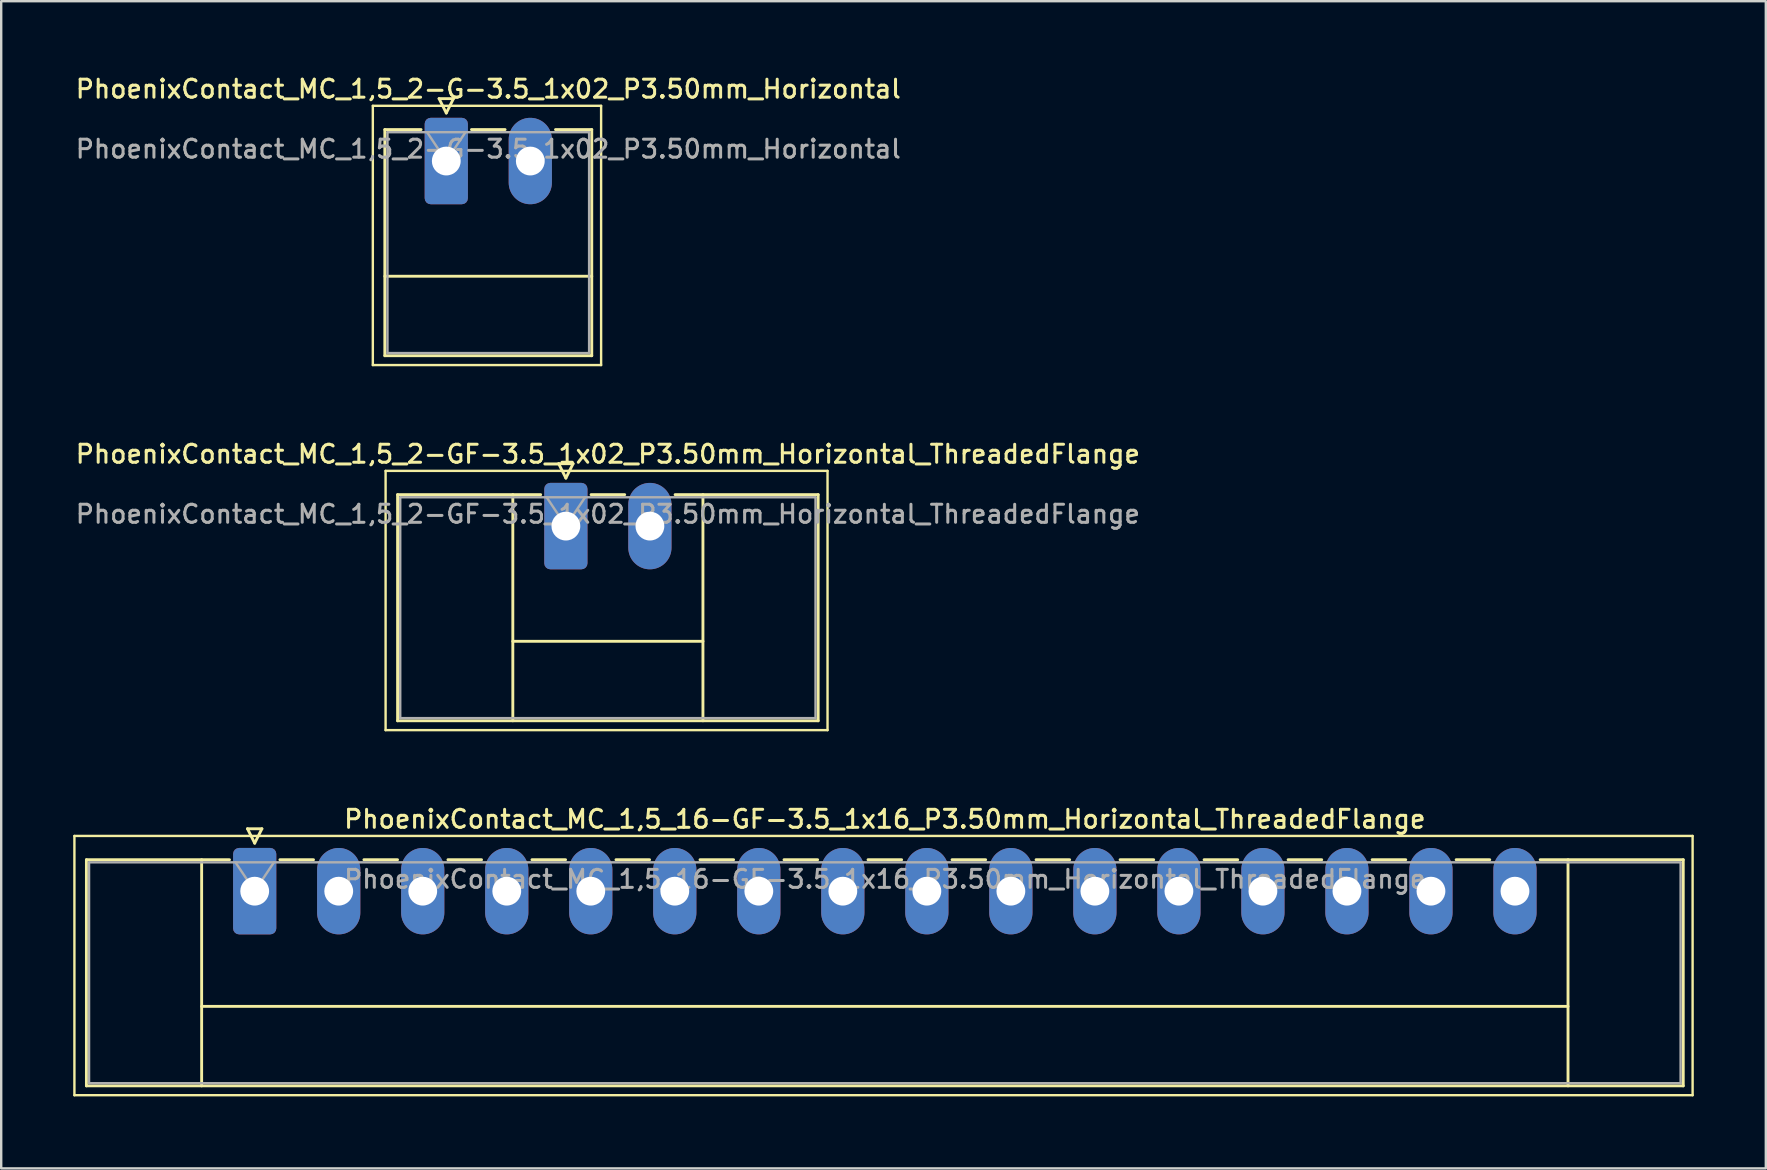
<source format=kicad_pcb>
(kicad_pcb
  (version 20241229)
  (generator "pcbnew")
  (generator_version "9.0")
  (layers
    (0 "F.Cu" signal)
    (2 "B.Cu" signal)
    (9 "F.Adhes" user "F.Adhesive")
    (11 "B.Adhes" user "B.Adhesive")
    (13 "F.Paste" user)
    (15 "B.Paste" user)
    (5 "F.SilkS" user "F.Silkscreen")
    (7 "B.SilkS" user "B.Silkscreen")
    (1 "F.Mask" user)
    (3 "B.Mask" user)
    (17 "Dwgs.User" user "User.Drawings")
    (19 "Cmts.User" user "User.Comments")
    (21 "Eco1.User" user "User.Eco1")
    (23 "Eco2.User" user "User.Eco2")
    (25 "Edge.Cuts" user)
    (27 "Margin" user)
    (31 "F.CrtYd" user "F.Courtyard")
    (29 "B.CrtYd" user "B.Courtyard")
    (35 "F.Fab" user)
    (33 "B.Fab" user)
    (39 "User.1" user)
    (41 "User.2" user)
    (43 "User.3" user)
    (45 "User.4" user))
  (footprint "PhoenixContact_MC_1,5_16-GF-3.5_1x16_P3.50mm_Horizontal_ThreadedFlange"
    (layer "F.Cu")
    (at 7.56 34.074)
    (property "Reference" "PhoenixContact_MC_1,5_16-GF-3.5_1x16_P3.50mm_Horizontal_ThreadedFlange" (at 26.25 -3 0) (layer "F.SilkS") (effects (font (size 0.75 0.75) (thickness 0.125))))
    (attr through_hole)
    (fp_line (start -7.51 -2.3) (end -7.51 8.5) (stroke (width 0.1) (type solid)) (layer "F.SilkS"))
    (fp_line (start -7.51 8.5) (end 59.9 8.5) (stroke (width 0.1) (type solid)) (layer "F.SilkS"))
    (fp_line (start -7.01 -1.31) (end -7.01 8.11) (stroke (width 0.12) (type solid)) (layer "F.SilkS"))
    (fp_line (start -7.01 -1.31) (end -1.05 -1.31) (stroke (width 0.12) (type solid)) (layer "F.SilkS"))
    (fp_line (start -7.01 8.11) (end 59.51 8.11) (stroke (width 0.12) (type solid)) (layer "F.SilkS"))
    (fp_line (start -2.21 -1.31) (end -2.21 8.11) (stroke (width 0.12) (type solid)) (layer "F.SilkS"))
    (fp_line (start -2.21 4.8) (end 54.71 4.8) (stroke (width 0.12) (type solid)) (layer "F.SilkS"))
    (fp_line (start -0.3 -2.6) (end 0.3 -2.6) (stroke (width 0.12) (type solid)) (layer "F.SilkS"))
    (fp_line (start 0 -2) (end -0.3 -2.6) (stroke (width 0.12) (type solid)) (layer "F.SilkS"))
    (fp_line (start 0.3 -2.6) (end 0 -2) (stroke (width 0.12) (type solid)) (layer "F.SilkS"))
    (fp_line (start 1.05 -1.31) (end 2.45 -1.31) (stroke (width 0.12) (type solid)) (layer "F.SilkS"))
    (fp_line (start 4.55 -1.31) (end 5.95 -1.31) (stroke (width 0.12) (type solid)) (layer "F.SilkS"))
    (fp_line (start 8.05 -1.31) (end 9.45 -1.31) (stroke (width 0.12) (type solid)) (layer "F.SilkS"))
    (fp_line (start 11.55 -1.31) (end 12.95 -1.31) (stroke (width 0.12) (type solid)) (layer "F.SilkS"))
    (fp_line (start 15.05 -1.31) (end 16.45 -1.31) (stroke (width 0.12) (type solid)) (layer "F.SilkS"))
    (fp_line (start 18.55 -1.31) (end 19.95 -1.31) (stroke (width 0.12) (type solid)) (layer "F.SilkS"))
    (fp_line (start 22.05 -1.31) (end 23.45 -1.31) (stroke (width 0.12) (type solid)) (layer "F.SilkS"))
    (fp_line (start 25.55 -1.31) (end 26.95 -1.31) (stroke (width 0.12) (type solid)) (layer "F.SilkS"))
    (fp_line (start 29.05 -1.31) (end 30.45 -1.31) (stroke (width 0.12) (type solid)) (layer "F.SilkS"))
    (fp_line (start 32.55 -1.31) (end 33.95 -1.31) (stroke (width 0.12) (type solid)) (layer "F.SilkS"))
    (fp_line (start 36.05 -1.31) (end 37.45 -1.31) (stroke (width 0.12) (type solid)) (layer "F.SilkS"))
    (fp_line (start 39.55 -1.31) (end 40.95 -1.31) (stroke (width 0.12) (type solid)) (layer "F.SilkS"))
    (fp_line (start 43.05 -1.31) (end 44.45 -1.31) (stroke (width 0.12) (type solid)) (layer "F.SilkS"))
    (fp_line (start 46.55 -1.31) (end 47.95 -1.31) (stroke (width 0.12) (type solid)) (layer "F.SilkS"))
    (fp_line (start 50.05 -1.31) (end 51.45 -1.31) (stroke (width 0.12) (type solid)) (layer "F.SilkS"))
    (fp_line (start 54.71 -1.31) (end 54.71 8.11) (stroke (width 0.12) (type solid)) (layer "F.SilkS"))
    (fp_line (start 59.51 -1.31) (end 53.55 -1.31) (stroke (width 0.12) (type solid)) (layer "F.SilkS"))
    (fp_line (start 59.51 8.11) (end 59.51 -1.31) (stroke (width 0.12) (type solid)) (layer "F.SilkS"))
    (fp_line (start 59.9 -2.3) (end -7.51 -2.3) (stroke (width 0.1) (type solid)) (layer "F.SilkS"))
    (fp_line (start 59.9 8.5) (end 59.9 -2.3) (stroke (width 0.1) (type solid)) (layer "F.SilkS"))
    (fp_line (start -6.9 -1.2) (end -6.9 8) (stroke (width 0.1) (type solid)) (layer "F.Fab"))
    (fp_line (start -6.9 8) (end 59.4 8) (stroke (width 0.1) (type solid)) (layer "F.Fab"))
    (fp_line (start 0 0) (end -0.8 -1.2) (stroke (width 0.1) (type solid)) (layer "F.Fab"))
    (fp_line (start 0.8 -1.2) (end 0 0) (stroke (width 0.1) (type solid)) (layer "F.Fab"))
    (fp_line (start 59.4 -1.2) (end -6.9 -1.2) (stroke (width 0.1) (type solid)) (layer "F.Fab"))
    (fp_line (start 59.4 8) (end 59.4 -1.2) (stroke (width 0.1) (type solid)) (layer "F.Fab"))
    (fp_text user "${REFERENCE}" (at 26.25 -0.5 0) (layer "F.Fab") (effects (font (size 0.75 0.75) (thickness 0.125))))
    (pad "1" thru_hole roundrect (at 0 0) (size 1.8 3.6) (drill 1.2) (layers "*.Cu" "*.Mask") (roundrect_rratio 0.139))
    (pad "2" thru_hole oval (at 3.5 0) (size 1.8 3.6) (drill 1.2) (layers "*.Cu" "*.Mask"))
    (pad "3" thru_hole oval (at 7 0) (size 1.8 3.6) (drill 1.2) (layers "*.Cu" "*.Mask"))
    (pad "4" thru_hole oval (at 10.5 0) (size 1.8 3.6) (drill 1.2) (layers "*.Cu" "*.Mask"))
    (pad "5" thru_hole oval (at 14 0) (size 1.8 3.6) (drill 1.2) (layers "*.Cu" "*.Mask"))
    (pad "6" thru_hole oval (at 17.5 0) (size 1.8 3.6) (drill 1.2) (layers "*.Cu" "*.Mask"))
    (pad "7" thru_hole oval (at 21 0) (size 1.8 3.6) (drill 1.2) (layers "*.Cu" "*.Mask"))
    (pad "8" thru_hole oval (at 24.5 0) (size 1.8 3.6) (drill 1.2) (layers "*.Cu" "*.Mask"))
    (pad "9" thru_hole oval (at 28 0) (size 1.8 3.6) (drill 1.2) (layers "*.Cu" "*.Mask"))
    (pad "10" thru_hole oval (at 31.5 0) (size 1.8 3.6) (drill 1.2) (layers "*.Cu" "*.Mask"))
    (pad "11" thru_hole oval (at 35 0) (size 1.8 3.6) (drill 1.2) (layers "*.Cu" "*.Mask"))
    (pad "12" thru_hole oval (at 38.5 0) (size 1.8 3.6) (drill 1.2) (layers "*.Cu" "*.Mask"))
    (pad "13" thru_hole oval (at 42 0) (size 1.8 3.6) (drill 1.2) (layers "*.Cu" "*.Mask"))
    (pad "14" thru_hole oval (at 45.5 0) (size 1.8 3.6) (drill 1.2) (layers "*.Cu" "*.Mask"))
    (pad "15" thru_hole oval (at 49 0) (size 1.8 3.6) (drill 1.2) (layers "*.Cu" "*.Mask"))
    (pad "16" thru_hole oval (at 52.5 0) (size 1.8 3.6) (drill 1.2) (layers "*.Cu" "*.Mask")))
  (footprint "PhoenixContact_MC_1,5_2-GF-3.5_1x02_P3.50mm_Horizontal_ThreadedFlange"
    (layer "F.Cu")
    (at 20.523 18.866)
    (property "Reference" "PhoenixContact_MC_1,5_2-GF-3.5_1x02_P3.50mm_Horizontal_ThreadedFlange" (at 1.75 -3 0) (layer "F.SilkS") (effects (font (size 0.75 0.75) (thickness 0.125))))
    (attr through_hole)
    (fp_line (start -7.51 -2.3) (end -7.51 8.5) (stroke (width 0.1) (type solid)) (layer "F.SilkS"))
    (fp_line (start -7.51 8.5) (end 10.9 8.5) (stroke (width 0.1) (type solid)) (layer "F.SilkS"))
    (fp_line (start -7.01 -1.31) (end -7.01 8.11) (stroke (width 0.12) (type solid)) (layer "F.SilkS"))
    (fp_line (start -7.01 -1.31) (end -1.05 -1.31) (stroke (width 0.12) (type solid)) (layer "F.SilkS"))
    (fp_line (start -7.01 8.11) (end 10.51 8.11) (stroke (width 0.12) (type solid)) (layer "F.SilkS"))
    (fp_line (start -2.21 -1.31) (end -2.21 8.11) (stroke (width 0.12) (type solid)) (layer "F.SilkS"))
    (fp_line (start -2.21 4.8) (end 5.71 4.8) (stroke (width 0.12) (type solid)) (layer "F.SilkS"))
    (fp_line (start -0.3 -2.6) (end 0.3 -2.6) (stroke (width 0.12) (type solid)) (layer "F.SilkS"))
    (fp_line (start 0 -2) (end -0.3 -2.6) (stroke (width 0.12) (type solid)) (layer "F.SilkS"))
    (fp_line (start 0.3 -2.6) (end 0 -2) (stroke (width 0.12) (type solid)) (layer "F.SilkS"))
    (fp_line (start 1.05 -1.31) (end 2.45 -1.31) (stroke (width 0.12) (type solid)) (layer "F.SilkS"))
    (fp_line (start 5.71 -1.31) (end 5.71 8.11) (stroke (width 0.12) (type solid)) (layer "F.SilkS"))
    (fp_line (start 10.51 -1.31) (end 4.55 -1.31) (stroke (width 0.12) (type solid)) (layer "F.SilkS"))
    (fp_line (start 10.51 8.11) (end 10.51 -1.31) (stroke (width 0.12) (type solid)) (layer "F.SilkS"))
    (fp_line (start 10.9 -2.3) (end -7.51 -2.3) (stroke (width 0.1) (type solid)) (layer "F.SilkS"))
    (fp_line (start 10.9 8.5) (end 10.9 -2.3) (stroke (width 0.1) (type solid)) (layer "F.SilkS"))
    (fp_line (start -6.9 -1.2) (end -6.9 8) (stroke (width 0.1) (type solid)) (layer "F.Fab"))
    (fp_line (start -6.9 8) (end 10.4 8) (stroke (width 0.1) (type solid)) (layer "F.Fab"))
    (fp_line (start 0 0) (end -0.8 -1.2) (stroke (width 0.1) (type solid)) (layer "F.Fab"))
    (fp_line (start 0.8 -1.2) (end 0 0) (stroke (width 0.1) (type solid)) (layer "F.Fab"))
    (fp_line (start 10.4 -1.2) (end -6.9 -1.2) (stroke (width 0.1) (type solid)) (layer "F.Fab"))
    (fp_line (start 10.4 8) (end 10.4 -1.2) (stroke (width 0.1) (type solid)) (layer "F.Fab"))
    (fp_text user "${REFERENCE}" (at 1.75 -0.5 0) (layer "F.Fab") (effects (font (size 0.75 0.75) (thickness 0.125))))
    (pad "1" thru_hole roundrect (at 0 0) (size 1.8 3.6) (drill 1.2) (layers "*.Cu" "*.Mask") (roundrect_rratio 0.139))
    (pad "2" thru_hole oval (at 3.5 0) (size 1.8 3.6) (drill 1.2) (layers "*.Cu" "*.Mask")))
  (footprint "PhoenixContact_MC_1,5_2-G-3.5_1x02_P3.50mm_Horizontal"
    (layer "F.Cu")
    (at 15.541 3.658)
    (property "Reference" "PhoenixContact_MC_1,5_2-G-3.5_1x02_P3.50mm_Horizontal" (at 1.75 -3 0) (layer "F.SilkS") (effects (font (size 0.75 0.75) (thickness 0.125))))
    (attr through_hole)
    (fp_line (start -3.06 -2.3) (end -3.06 8.5) (stroke (width 0.1) (type solid)) (layer "F.SilkS"))
    (fp_line (start -3.06 8.5) (end 6.45 8.5) (stroke (width 0.1) (type solid)) (layer "F.SilkS"))
    (fp_line (start -2.56 -1.31) (end -2.56 8.11) (stroke (width 0.12) (type solid)) (layer "F.SilkS"))
    (fp_line (start -2.56 -1.31) (end -1.05 -1.31) (stroke (width 0.12) (type solid)) (layer "F.SilkS"))
    (fp_line (start -2.56 4.8) (end 6.06 4.8) (stroke (width 0.12) (type solid)) (layer "F.SilkS"))
    (fp_line (start -2.56 8.11) (end 6.06 8.11) (stroke (width 0.12) (type solid)) (layer "F.SilkS"))
    (fp_line (start -0.3 -2.6) (end 0.3 -2.6) (stroke (width 0.12) (type solid)) (layer "F.SilkS"))
    (fp_line (start 0 -2) (end -0.3 -2.6) (stroke (width 0.12) (type solid)) (layer "F.SilkS"))
    (fp_line (start 0.3 -2.6) (end 0 -2) (stroke (width 0.12) (type solid)) (layer "F.SilkS"))
    (fp_line (start 1.05 -1.31) (end 2.45 -1.31) (stroke (width 0.12) (type solid)) (layer "F.SilkS"))
    (fp_line (start 6.06 -1.31) (end 4.55 -1.31) (stroke (width 0.12) (type solid)) (layer "F.SilkS"))
    (fp_line (start 6.06 8.11) (end 6.06 -1.31) (stroke (width 0.12) (type solid)) (layer "F.SilkS"))
    (fp_line (start 6.45 -2.3) (end -3.06 -2.3) (stroke (width 0.1) (type solid)) (layer "F.SilkS"))
    (fp_line (start 6.45 8.5) (end 6.45 -2.3) (stroke (width 0.1) (type solid)) (layer "F.SilkS"))
    (fp_line (start -2.45 -1.2) (end -2.45 8) (stroke (width 0.1) (type solid)) (layer "F.Fab"))
    (fp_line (start -2.45 8) (end 5.95 8) (stroke (width 0.1) (type solid)) (layer "F.Fab"))
    (fp_line (start 0 0) (end -0.8 -1.2) (stroke (width 0.1) (type solid)) (layer "F.Fab"))
    (fp_line (start 0.8 -1.2) (end 0 0) (stroke (width 0.1) (type solid)) (layer "F.Fab"))
    (fp_line (start 5.95 -1.2) (end -2.45 -1.2) (stroke (width 0.1) (type solid)) (layer "F.Fab"))
    (fp_line (start 5.95 8) (end 5.95 -1.2) (stroke (width 0.1) (type solid)) (layer "F.Fab"))
    (fp_text user "${REFERENCE}" (at 1.75 -0.5 0) (layer "F.Fab") (effects (font (size 0.75 0.75) (thickness 0.125))))
    (pad "1" thru_hole roundrect (at 0 0) (size 1.8 3.6) (drill 1.2) (layers "*.Cu" "*.Mask") (roundrect_rratio 0.139))
    (pad "2" thru_hole oval (at 3.5 0) (size 1.8 3.6) (drill 1.2) (layers "*.Cu" "*.Mask")))
  (gr_rect
    (start -3 -3)
    (end 70.51 45.624)
    (stroke (width 0.1) (type default))
    (fill no)
    (layer "Edge.Cuts")))
</source>
